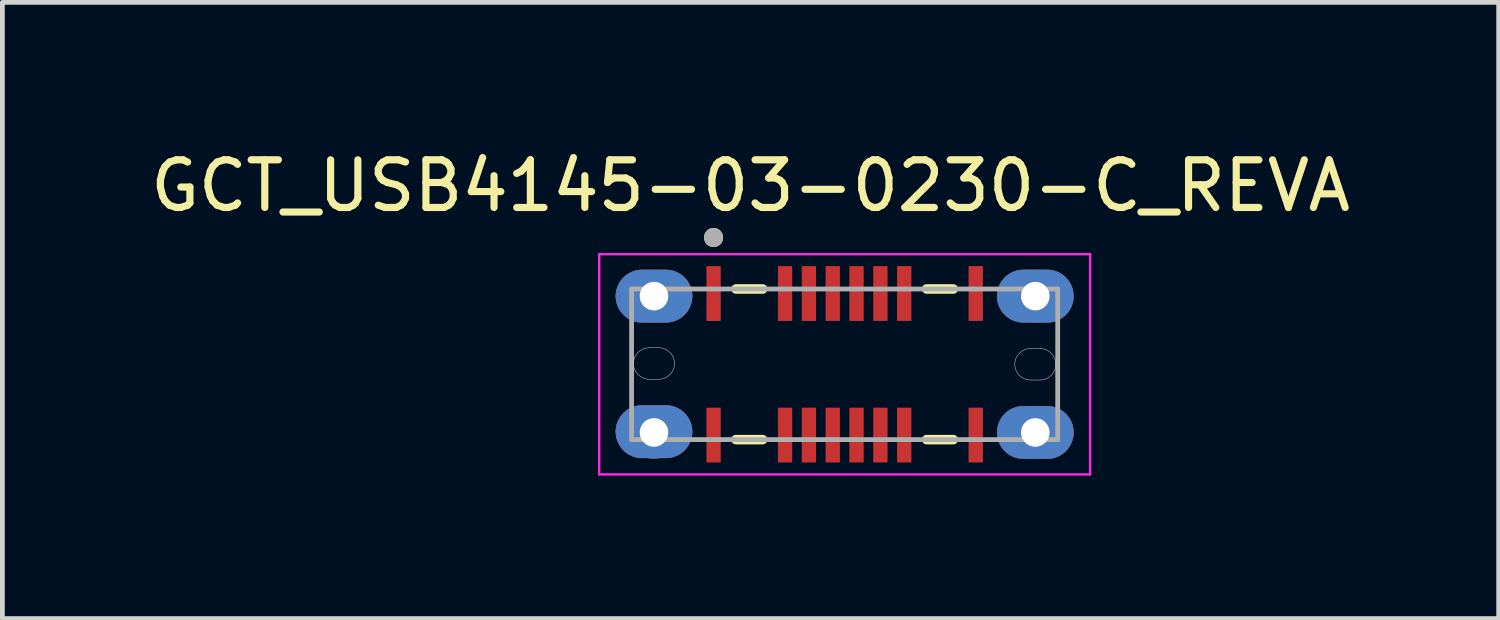
<source format=kicad_pcb>
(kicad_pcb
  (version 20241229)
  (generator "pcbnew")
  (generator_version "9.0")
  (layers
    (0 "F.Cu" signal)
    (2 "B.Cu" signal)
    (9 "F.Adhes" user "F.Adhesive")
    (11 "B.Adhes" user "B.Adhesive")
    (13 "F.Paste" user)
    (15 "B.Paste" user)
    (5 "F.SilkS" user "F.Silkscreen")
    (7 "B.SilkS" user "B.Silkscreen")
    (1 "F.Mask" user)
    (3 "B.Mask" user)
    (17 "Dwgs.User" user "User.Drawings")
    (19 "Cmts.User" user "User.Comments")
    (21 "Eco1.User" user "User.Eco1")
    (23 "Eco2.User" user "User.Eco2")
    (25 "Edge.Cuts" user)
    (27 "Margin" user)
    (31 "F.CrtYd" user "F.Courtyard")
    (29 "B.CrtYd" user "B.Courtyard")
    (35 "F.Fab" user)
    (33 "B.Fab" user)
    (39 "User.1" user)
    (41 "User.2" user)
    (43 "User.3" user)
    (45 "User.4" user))
  (footprint "GCT_USB4145-03-0230-C_REVA"
    (layer "F.Cu")
    (at 14.671 4.593)
    (property "Reference" "GCT_USB4145-03-0230-C_REVA" (at -1.975 -3.745 0) (layer "F.SilkS") (effects (font (size 1 1) (thickness 0.15))))
    (attr through_hole)
    (fp_poly (pts (xy -4.8 -1.43) (xy -4.799 -1.459) (xy -4.797 -1.487) (xy -4.793 -1.516) (xy -4.788 -1.544) (xy -4.781 -1.572) (xy -4.773 -1.6) (xy -4.763 -1.627) (xy -4.752 -1.654) (xy -4.74 -1.68) (xy -4.726 -1.705) (xy -4.711 -1.73) (xy -4.695 -1.753) (xy -4.677 -1.776) (xy -4.659 -1.798) (xy -4.639 -1.819) (xy -4.618 -1.839) (xy -4.596 -1.857) (xy -4.573 -1.875) (xy -4.55 -1.891) (xy -4.525 -1.906) (xy -4.5 -1.92) (xy -4.474 -1.932) (xy -4.447 -1.943) (xy -4.42 -1.953) (xy -4.392 -1.961) (xy -4.364 -1.968) (xy -4.336 -1.973) (xy -4.307 -1.977) (xy -4.279 -1.979) (xy -4.25 -1.98) (xy -3.75 -1.98) (xy -3.721 -1.979) (xy -3.693 -1.977) (xy -3.664 -1.973) (xy -3.636 -1.968) (xy -3.608 -1.961) (xy -3.58 -1.953) (xy -3.553 -1.943) (xy -3.526 -1.932) (xy -3.5 -1.92) (xy -3.475 -1.906) (xy -3.45 -1.891) (xy -3.427 -1.875) (xy -3.404 -1.857) (xy -3.382 -1.839) (xy -3.361 -1.819) (xy -3.341 -1.798) (xy -3.323 -1.776) (xy -3.305 -1.753) (xy -3.289 -1.73) (xy -3.274 -1.705) (xy -3.26 -1.68) (xy -3.248 -1.654) (xy -3.237 -1.627) (xy -3.227 -1.6) (xy -3.219 -1.572) (xy -3.212 -1.544) (xy -3.207 -1.516) (xy -3.203 -1.487) (xy -3.201 -1.459) (xy -3.2 -1.43) (xy -3.201 -1.401) (xy -3.203 -1.373) (xy -3.207 -1.344) (xy -3.212 -1.316) (xy -3.219 -1.288) (xy -3.227 -1.26) (xy -3.237 -1.233) (xy -3.248 -1.206) (xy -3.26 -1.18) (xy -3.274 -1.155) (xy -3.289 -1.13) (xy -3.305 -1.107) (xy -3.323 -1.084) (xy -3.341 -1.062) (xy -3.361 -1.041) (xy -3.382 -1.021) (xy -3.404 -1.003) (xy -3.427 -0.985) (xy -3.45 -0.969) (xy -3.475 -0.954) (xy -3.5 -0.94) (xy -3.526 -0.928) (xy -3.553 -0.917) (xy -3.58 -0.907) (xy -3.608 -0.899) (xy -3.636 -0.892) (xy -3.664 -0.887) (xy -3.693 -0.883) (xy -3.721 -0.881) (xy -3.75 -0.88) (xy -4.25 -0.88) (xy -4.279 -0.881) (xy -4.307 -0.883) (xy -4.336 -0.887) (xy -4.364 -0.892) (xy -4.392 -0.899) (xy -4.42 -0.907) (xy -4.447 -0.917) (xy -4.474 -0.928) (xy -4.5 -0.94) (xy -4.525 -0.954) (xy -4.55 -0.969) (xy -4.573 -0.985) (xy -4.596 -1.003) (xy -4.618 -1.021) (xy -4.639 -1.041) (xy -4.659 -1.062) (xy -4.677 -1.084) (xy -4.695 -1.107) (xy -4.711 -1.13) (xy -4.726 -1.155) (xy -4.74 -1.18) (xy -4.752 -1.206) (xy -4.763 -1.233) (xy -4.773 -1.26) (xy -4.781 -1.288) (xy -4.788 -1.316) (xy -4.793 -1.344) (xy -4.797 -1.373) (xy -4.799 -1.401) (xy -4.8 -1.43)) (stroke (width 0.01) (type solid)) (fill yes) (layer "F.Cu"))
    (fp_poly (pts (xy -4.8 1.414) (xy -4.799 1.385) (xy -4.797 1.357) (xy -4.793 1.328) (xy -4.788 1.3) (xy -4.781 1.272) (xy -4.773 1.244) (xy -4.763 1.217) (xy -4.752 1.19) (xy -4.74 1.164) (xy -4.726 1.139) (xy -4.711 1.114) (xy -4.695 1.091) (xy -4.677 1.068) (xy -4.659 1.046) (xy -4.639 1.025) (xy -4.618 1.005) (xy -4.596 0.987) (xy -4.573 0.969) (xy -4.55 0.953) (xy -4.525 0.938) (xy -4.5 0.924) (xy -4.474 0.912) (xy -4.447 0.901) (xy -4.42 0.891) (xy -4.392 0.883) (xy -4.364 0.876) (xy -4.336 0.871) (xy -4.307 0.867) (xy -4.279 0.865) (xy -4.25 0.864) (xy -3.75 0.864) (xy -3.721 0.865) (xy -3.693 0.867) (xy -3.664 0.871) (xy -3.636 0.876) (xy -3.608 0.883) (xy -3.58 0.891) (xy -3.553 0.901) (xy -3.526 0.912) (xy -3.5 0.924) (xy -3.475 0.938) (xy -3.45 0.953) (xy -3.427 0.969) (xy -3.404 0.987) (xy -3.382 1.005) (xy -3.361 1.025) (xy -3.341 1.046) (xy -3.323 1.068) (xy -3.305 1.091) (xy -3.289 1.114) (xy -3.274 1.139) (xy -3.26 1.164) (xy -3.248 1.19) (xy -3.237 1.217) (xy -3.227 1.244) (xy -3.219 1.272) (xy -3.212 1.3) (xy -3.207 1.328) (xy -3.203 1.357) (xy -3.201 1.385) (xy -3.2 1.414) (xy -3.201 1.443) (xy -3.203 1.471) (xy -3.207 1.5) (xy -3.212 1.528) (xy -3.219 1.556) (xy -3.227 1.584) (xy -3.237 1.611) (xy -3.248 1.638) (xy -3.26 1.664) (xy -3.274 1.689) (xy -3.289 1.714) (xy -3.305 1.737) (xy -3.323 1.76) (xy -3.341 1.782) (xy -3.361 1.803) (xy -3.382 1.823) (xy -3.404 1.841) (xy -3.427 1.859) (xy -3.45 1.875) (xy -3.475 1.89) (xy -3.5 1.904) (xy -3.526 1.916) (xy -3.553 1.927) (xy -3.58 1.937) (xy -3.608 1.945) (xy -3.636 1.952) (xy -3.664 1.957) (xy -3.693 1.961) (xy -3.721 1.963) (xy -3.75 1.964) (xy -4.25 1.964) (xy -4.279 1.963) (xy -4.307 1.961) (xy -4.336 1.957) (xy -4.364 1.952) (xy -4.392 1.945) (xy -4.42 1.937) (xy -4.447 1.927) (xy -4.474 1.916) (xy -4.5 1.904) (xy -4.525 1.89) (xy -4.55 1.875) (xy -4.573 1.859) (xy -4.596 1.841) (xy -4.618 1.823) (xy -4.639 1.803) (xy -4.659 1.782) (xy -4.677 1.76) (xy -4.695 1.737) (xy -4.711 1.714) (xy -4.726 1.689) (xy -4.74 1.664) (xy -4.752 1.638) (xy -4.763 1.611) (xy -4.773 1.584) (xy -4.781 1.556) (xy -4.788 1.528) (xy -4.793 1.5) (xy -4.797 1.471) (xy -4.799 1.443) (xy -4.8 1.414)) (stroke (width 0.01) (type solid)) (fill yes) (layer "F.Cu"))
    (fp_poly (pts (xy 3.2 -1.43) (xy 3.201 -1.459) (xy 3.203 -1.487) (xy 3.207 -1.516) (xy 3.212 -1.544) (xy 3.219 -1.572) (xy 3.227 -1.6) (xy 3.237 -1.627) (xy 3.248 -1.654) (xy 3.26 -1.68) (xy 3.274 -1.705) (xy 3.289 -1.73) (xy 3.305 -1.753) (xy 3.323 -1.776) (xy 3.341 -1.798) (xy 3.361 -1.819) (xy 3.382 -1.839) (xy 3.404 -1.857) (xy 3.427 -1.875) (xy 3.45 -1.891) (xy 3.475 -1.906) (xy 3.5 -1.92) (xy 3.526 -1.932) (xy 3.553 -1.943) (xy 3.58 -1.953) (xy 3.608 -1.961) (xy 3.636 -1.968) (xy 3.664 -1.973) (xy 3.693 -1.977) (xy 3.721 -1.979) (xy 3.75 -1.98) (xy 4.25 -1.98) (xy 4.279 -1.979) (xy 4.307 -1.977) (xy 4.336 -1.973) (xy 4.364 -1.968) (xy 4.392 -1.961) (xy 4.42 -1.953) (xy 4.447 -1.943) (xy 4.474 -1.932) (xy 4.5 -1.92) (xy 4.525 -1.906) (xy 4.55 -1.891) (xy 4.573 -1.875) (xy 4.596 -1.857) (xy 4.618 -1.839) (xy 4.639 -1.819) (xy 4.659 -1.798) (xy 4.677 -1.776) (xy 4.695 -1.753) (xy 4.711 -1.73) (xy 4.726 -1.705) (xy 4.74 -1.68) (xy 4.752 -1.654) (xy 4.763 -1.627) (xy 4.773 -1.6) (xy 4.781 -1.572) (xy 4.788 -1.544) (xy 4.793 -1.516) (xy 4.797 -1.487) (xy 4.799 -1.459) (xy 4.8 -1.43) (xy 4.799 -1.401) (xy 4.797 -1.373) (xy 4.793 -1.344) (xy 4.788 -1.316) (xy 4.781 -1.288) (xy 4.773 -1.26) (xy 4.763 -1.233) (xy 4.752 -1.206) (xy 4.74 -1.18) (xy 4.726 -1.155) (xy 4.711 -1.13) (xy 4.695 -1.107) (xy 4.677 -1.084) (xy 4.659 -1.062) (xy 4.639 -1.041) (xy 4.618 -1.021) (xy 4.596 -1.003) (xy 4.573 -0.985) (xy 4.55 -0.969) (xy 4.525 -0.954) (xy 4.5 -0.94) (xy 4.474 -0.928) (xy 4.447 -0.917) (xy 4.42 -0.907) (xy 4.392 -0.899) (xy 4.364 -0.892) (xy 4.336 -0.887) (xy 4.307 -0.883) (xy 4.279 -0.881) (xy 4.25 -0.88) (xy 3.75 -0.88) (xy 3.721 -0.881) (xy 3.693 -0.883) (xy 3.664 -0.887) (xy 3.636 -0.892) (xy 3.608 -0.899) (xy 3.58 -0.907) (xy 3.553 -0.917) (xy 3.526 -0.928) (xy 3.5 -0.94) (xy 3.475 -0.954) (xy 3.45 -0.969) (xy 3.427 -0.985) (xy 3.404 -1.003) (xy 3.382 -1.021) (xy 3.361 -1.041) (xy 3.341 -1.062) (xy 3.323 -1.084) (xy 3.305 -1.107) (xy 3.289 -1.13) (xy 3.274 -1.155) (xy 3.26 -1.18) (xy 3.248 -1.206) (xy 3.237 -1.233) (xy 3.227 -1.26) (xy 3.219 -1.288) (xy 3.212 -1.316) (xy 3.207 -1.344) (xy 3.203 -1.373) (xy 3.201 -1.401) (xy 3.2 -1.43)) (stroke (width 0.01) (type solid)) (fill yes) (layer "F.Cu"))
    (fp_poly (pts (xy 3.2 1.43) (xy 3.201 1.401) (xy 3.203 1.373) (xy 3.207 1.344) (xy 3.212 1.316) (xy 3.219 1.288) (xy 3.227 1.26) (xy 3.237 1.233) (xy 3.248 1.206) (xy 3.26 1.18) (xy 3.274 1.155) (xy 3.289 1.13) (xy 3.305 1.107) (xy 3.323 1.084) (xy 3.341 1.062) (xy 3.361 1.041) (xy 3.382 1.021) (xy 3.404 1.003) (xy 3.427 0.985) (xy 3.45 0.969) (xy 3.475 0.954) (xy 3.5 0.94) (xy 3.526 0.928) (xy 3.553 0.917) (xy 3.58 0.907) (xy 3.608 0.899) (xy 3.636 0.892) (xy 3.664 0.887) (xy 3.693 0.883) (xy 3.721 0.881) (xy 3.75 0.88) (xy 4.25 0.88) (xy 4.279 0.881) (xy 4.307 0.883) (xy 4.336 0.887) (xy 4.364 0.892) (xy 4.392 0.899) (xy 4.42 0.907) (xy 4.447 0.917) (xy 4.474 0.928) (xy 4.5 0.94) (xy 4.525 0.954) (xy 4.55 0.969) (xy 4.573 0.985) (xy 4.596 1.003) (xy 4.618 1.021) (xy 4.639 1.041) (xy 4.659 1.062) (xy 4.677 1.084) (xy 4.695 1.107) (xy 4.711 1.13) (xy 4.726 1.155) (xy 4.74 1.18) (xy 4.752 1.206) (xy 4.763 1.233) (xy 4.773 1.26) (xy 4.781 1.288) (xy 4.788 1.316) (xy 4.793 1.344) (xy 4.797 1.373) (xy 4.799 1.401) (xy 4.8 1.43) (xy 4.799 1.459) (xy 4.797 1.487) (xy 4.793 1.516) (xy 4.788 1.544) (xy 4.781 1.572) (xy 4.773 1.6) (xy 4.763 1.627) (xy 4.752 1.654) (xy 4.74 1.68) (xy 4.726 1.705) (xy 4.711 1.73) (xy 4.695 1.753) (xy 4.677 1.776) (xy 4.659 1.798) (xy 4.639 1.819) (xy 4.618 1.839) (xy 4.596 1.857) (xy 4.573 1.875) (xy 4.55 1.891) (xy 4.525 1.906) (xy 4.5 1.92) (xy 4.474 1.932) (xy 4.447 1.943) (xy 4.42 1.953) (xy 4.392 1.961) (xy 4.364 1.968) (xy 4.336 1.973) (xy 4.307 1.977) (xy 4.279 1.979) (xy 4.25 1.98) (xy 3.75 1.98) (xy 3.721 1.979) (xy 3.693 1.977) (xy 3.664 1.973) (xy 3.636 1.968) (xy 3.608 1.961) (xy 3.58 1.953) (xy 3.553 1.943) (xy 3.526 1.932) (xy 3.5 1.92) (xy 3.475 1.906) (xy 3.45 1.891) (xy 3.427 1.875) (xy 3.404 1.857) (xy 3.382 1.839) (xy 3.361 1.819) (xy 3.341 1.798) (xy 3.323 1.776) (xy 3.305 1.753) (xy 3.289 1.73) (xy 3.274 1.705) (xy 3.26 1.68) (xy 3.248 1.654) (xy 3.237 1.627) (xy 3.227 1.6) (xy 3.219 1.572) (xy 3.212 1.544) (xy 3.207 1.516) (xy 3.203 1.487) (xy 3.201 1.459) (xy 3.2 1.43)) (stroke (width 0.01) (type solid)) (fill yes) (layer "F.Cu"))
    (fp_poly (pts (xy -4.9 -1.43) (xy -4.899 -1.464) (xy -4.896 -1.498) (xy -4.892 -1.532) (xy -4.886 -1.565) (xy -4.878 -1.598) (xy -4.868 -1.631) (xy -4.857 -1.663) (xy -4.844 -1.694) (xy -4.829 -1.725) (xy -4.813 -1.755) (xy -4.795 -1.784) (xy -4.776 -1.812) (xy -4.755 -1.839) (xy -4.733 -1.865) (xy -4.71 -1.89) (xy -4.685 -1.913) (xy -4.659 -1.935) (xy -4.632 -1.956) (xy -4.604 -1.975) (xy -4.575 -1.993) (xy -4.545 -2.009) (xy -4.514 -2.024) (xy -4.483 -2.037) (xy -4.451 -2.048) (xy -4.418 -2.058) (xy -4.385 -2.066) (xy -4.352 -2.072) (xy -4.318 -2.076) (xy -4.284 -2.079) (xy -4.25 -2.08) (xy -3.75 -2.08) (xy -3.716 -2.079) (xy -3.682 -2.076) (xy -3.648 -2.072) (xy -3.615 -2.066) (xy -3.582 -2.058) (xy -3.549 -2.048) (xy -3.517 -2.037) (xy -3.486 -2.024) (xy -3.455 -2.009) (xy -3.425 -1.993) (xy -3.396 -1.975) (xy -3.368 -1.956) (xy -3.341 -1.935) (xy -3.315 -1.913) (xy -3.29 -1.89) (xy -3.267 -1.865) (xy -3.245 -1.839) (xy -3.224 -1.812) (xy -3.205 -1.784) (xy -3.187 -1.755) (xy -3.171 -1.725) (xy -3.156 -1.694) (xy -3.143 -1.663) (xy -3.132 -1.631) (xy -3.122 -1.598) (xy -3.114 -1.565) (xy -3.108 -1.532) (xy -3.104 -1.498) (xy -3.101 -1.464) (xy -3.1 -1.43) (xy -3.101 -1.396) (xy -3.104 -1.362) (xy -3.108 -1.328) (xy -3.114 -1.295) (xy -3.122 -1.262) (xy -3.132 -1.229) (xy -3.143 -1.197) (xy -3.156 -1.166) (xy -3.171 -1.135) (xy -3.187 -1.105) (xy -3.205 -1.076) (xy -3.224 -1.048) (xy -3.245 -1.021) (xy -3.267 -0.995) (xy -3.29 -0.97) (xy -3.315 -0.947) (xy -3.341 -0.925) (xy -3.368 -0.904) (xy -3.396 -0.885) (xy -3.425 -0.867) (xy -3.455 -0.851) (xy -3.486 -0.836) (xy -3.517 -0.823) (xy -3.549 -0.812) (xy -3.582 -0.802) (xy -3.615 -0.794) (xy -3.648 -0.788) (xy -3.682 -0.784) (xy -3.716 -0.781) (xy -3.75 -0.78) (xy -4.25 -0.78) (xy -4.284 -0.781) (xy -4.318 -0.784) (xy -4.352 -0.788) (xy -4.385 -0.794) (xy -4.418 -0.802) (xy -4.451 -0.812) (xy -4.483 -0.823) (xy -4.514 -0.836) (xy -4.545 -0.851) (xy -4.575 -0.867) (xy -4.604 -0.885) (xy -4.632 -0.904) (xy -4.659 -0.925) (xy -4.685 -0.947) (xy -4.71 -0.97) (xy -4.733 -0.995) (xy -4.755 -1.021) (xy -4.776 -1.048) (xy -4.795 -1.076) (xy -4.813 -1.105) (xy -4.829 -1.135) (xy -4.844 -1.166) (xy -4.857 -1.197) (xy -4.868 -1.229) (xy -4.878 -1.262) (xy -4.886 -1.295) (xy -4.892 -1.328) (xy -4.896 -1.362) (xy -4.899 -1.396) (xy -4.9 -1.43)) (stroke (width 0.01) (type solid)) (fill yes) (layer "F.Mask"))
    (fp_poly (pts (xy -4.9 1.414) (xy -4.899 1.38) (xy -4.896 1.346) (xy -4.892 1.312) (xy -4.886 1.279) (xy -4.878 1.246) (xy -4.868 1.213) (xy -4.857 1.181) (xy -4.844 1.15) (xy -4.829 1.119) (xy -4.813 1.089) (xy -4.795 1.06) (xy -4.776 1.032) (xy -4.755 1.005) (xy -4.733 0.979) (xy -4.71 0.954) (xy -4.685 0.931) (xy -4.659 0.909) (xy -4.632 0.888) (xy -4.604 0.869) (xy -4.575 0.851) (xy -4.545 0.835) (xy -4.514 0.82) (xy -4.483 0.807) (xy -4.451 0.796) (xy -4.418 0.786) (xy -4.385 0.778) (xy -4.352 0.772) (xy -4.318 0.768) (xy -4.284 0.765) (xy -4.25 0.764) (xy -3.75 0.764) (xy -3.716 0.765) (xy -3.682 0.768) (xy -3.648 0.772) (xy -3.615 0.778) (xy -3.582 0.786) (xy -3.549 0.796) (xy -3.517 0.807) (xy -3.486 0.82) (xy -3.455 0.835) (xy -3.425 0.851) (xy -3.396 0.869) (xy -3.368 0.888) (xy -3.341 0.909) (xy -3.315 0.931) (xy -3.29 0.954) (xy -3.267 0.979) (xy -3.245 1.005) (xy -3.224 1.032) (xy -3.205 1.06) (xy -3.187 1.089) (xy -3.171 1.119) (xy -3.156 1.15) (xy -3.143 1.181) (xy -3.132 1.213) (xy -3.122 1.246) (xy -3.114 1.279) (xy -3.108 1.312) (xy -3.104 1.346) (xy -3.101 1.38) (xy -3.1 1.414) (xy -3.101 1.448) (xy -3.104 1.482) (xy -3.108 1.516) (xy -3.114 1.549) (xy -3.122 1.582) (xy -3.132 1.615) (xy -3.143 1.647) (xy -3.156 1.678) (xy -3.171 1.709) (xy -3.187 1.739) (xy -3.205 1.768) (xy -3.224 1.796) (xy -3.245 1.823) (xy -3.267 1.849) (xy -3.29 1.874) (xy -3.315 1.897) (xy -3.341 1.919) (xy -3.368 1.94) (xy -3.396 1.959) (xy -3.425 1.977) (xy -3.455 1.993) (xy -3.486 2.008) (xy -3.517 2.021) (xy -3.549 2.032) (xy -3.582 2.042) (xy -3.615 2.05) (xy -3.648 2.056) (xy -3.682 2.06) (xy -3.716 2.063) (xy -3.75 2.064) (xy -4.25 2.064) (xy -4.284 2.063) (xy -4.318 2.06) (xy -4.352 2.056) (xy -4.385 2.05) (xy -4.418 2.042) (xy -4.451 2.032) (xy -4.483 2.021) (xy -4.514 2.008) (xy -4.545 1.993) (xy -4.575 1.977) (xy -4.604 1.959) (xy -4.632 1.94) (xy -4.659 1.919) (xy -4.685 1.897) (xy -4.71 1.874) (xy -4.733 1.849) (xy -4.755 1.823) (xy -4.776 1.796) (xy -4.795 1.768) (xy -4.813 1.739) (xy -4.829 1.709) (xy -4.844 1.678) (xy -4.857 1.647) (xy -4.868 1.615) (xy -4.878 1.582) (xy -4.886 1.549) (xy -4.892 1.516) (xy -4.896 1.482) (xy -4.899 1.448) (xy -4.9 1.414)) (stroke (width 0.01) (type solid)) (fill yes) (layer "F.Mask"))
    (fp_poly (pts (xy 3.1 -1.43) (xy 3.101 -1.464) (xy 3.104 -1.498) (xy 3.108 -1.532) (xy 3.114 -1.565) (xy 3.122 -1.598) (xy 3.132 -1.631) (xy 3.143 -1.663) (xy 3.156 -1.694) (xy 3.171 -1.725) (xy 3.187 -1.755) (xy 3.205 -1.784) (xy 3.224 -1.812) (xy 3.245 -1.839) (xy 3.267 -1.865) (xy 3.29 -1.89) (xy 3.315 -1.913) (xy 3.341 -1.935) (xy 3.368 -1.956) (xy 3.396 -1.975) (xy 3.425 -1.993) (xy 3.455 -2.009) (xy 3.486 -2.024) (xy 3.517 -2.037) (xy 3.549 -2.048) (xy 3.582 -2.058) (xy 3.615 -2.066) (xy 3.648 -2.072) (xy 3.682 -2.076) (xy 3.716 -2.079) (xy 3.75 -2.08) (xy 4.25 -2.08) (xy 4.284 -2.079) (xy 4.318 -2.076) (xy 4.352 -2.072) (xy 4.385 -2.066) (xy 4.418 -2.058) (xy 4.451 -2.048) (xy 4.483 -2.037) (xy 4.514 -2.024) (xy 4.545 -2.009) (xy 4.575 -1.993) (xy 4.604 -1.975) (xy 4.632 -1.956) (xy 4.659 -1.935) (xy 4.685 -1.913) (xy 4.71 -1.89) (xy 4.733 -1.865) (xy 4.755 -1.839) (xy 4.776 -1.812) (xy 4.795 -1.784) (xy 4.813 -1.755) (xy 4.829 -1.725) (xy 4.844 -1.694) (xy 4.857 -1.663) (xy 4.868 -1.631) (xy 4.878 -1.598) (xy 4.886 -1.565) (xy 4.892 -1.532) (xy 4.896 -1.498) (xy 4.899 -1.464) (xy 4.9 -1.43) (xy 4.899 -1.396) (xy 4.896 -1.362) (xy 4.892 -1.328) (xy 4.886 -1.295) (xy 4.878 -1.262) (xy 4.868 -1.229) (xy 4.857 -1.197) (xy 4.844 -1.166) (xy 4.829 -1.135) (xy 4.813 -1.105) (xy 4.795 -1.076) (xy 4.776 -1.048) (xy 4.755 -1.021) (xy 4.733 -0.995) (xy 4.71 -0.97) (xy 4.685 -0.947) (xy 4.659 -0.925) (xy 4.632 -0.904) (xy 4.604 -0.885) (xy 4.575 -0.867) (xy 4.545 -0.851) (xy 4.514 -0.836) (xy 4.483 -0.823) (xy 4.451 -0.812) (xy 4.418 -0.802) (xy 4.385 -0.794) (xy 4.352 -0.788) (xy 4.318 -0.784) (xy 4.284 -0.781) (xy 4.25 -0.78) (xy 3.75 -0.78) (xy 3.716 -0.781) (xy 3.682 -0.784) (xy 3.648 -0.788) (xy 3.615 -0.794) (xy 3.582 -0.802) (xy 3.549 -0.812) (xy 3.517 -0.823) (xy 3.486 -0.836) (xy 3.455 -0.851) (xy 3.425 -0.867) (xy 3.396 -0.885) (xy 3.368 -0.904) (xy 3.341 -0.925) (xy 3.315 -0.947) (xy 3.29 -0.97) (xy 3.267 -0.995) (xy 3.245 -1.021) (xy 3.224 -1.048) (xy 3.205 -1.076) (xy 3.187 -1.105) (xy 3.171 -1.135) (xy 3.156 -1.166) (xy 3.143 -1.197) (xy 3.132 -1.229) (xy 3.122 -1.262) (xy 3.114 -1.295) (xy 3.108 -1.328) (xy 3.104 -1.362) (xy 3.101 -1.396) (xy 3.1 -1.43)) (stroke (width 0.01) (type solid)) (fill yes) (layer "F.Mask"))
    (fp_poly (pts (xy 3.1 1.43) (xy 3.101 1.396) (xy 3.104 1.362) (xy 3.108 1.328) (xy 3.114 1.295) (xy 3.122 1.262) (xy 3.132 1.229) (xy 3.143 1.197) (xy 3.156 1.166) (xy 3.171 1.135) (xy 3.187 1.105) (xy 3.205 1.076) (xy 3.224 1.048) (xy 3.245 1.021) (xy 3.267 0.995) (xy 3.29 0.97) (xy 3.315 0.947) (xy 3.341 0.925) (xy 3.368 0.904) (xy 3.396 0.885) (xy 3.425 0.867) (xy 3.455 0.851) (xy 3.486 0.836) (xy 3.517 0.823) (xy 3.549 0.812) (xy 3.582 0.802) (xy 3.615 0.794) (xy 3.648 0.788) (xy 3.682 0.784) (xy 3.716 0.781) (xy 3.75 0.78) (xy 4.25 0.78) (xy 4.284 0.781) (xy 4.318 0.784) (xy 4.352 0.788) (xy 4.385 0.794) (xy 4.418 0.802) (xy 4.451 0.812) (xy 4.483 0.823) (xy 4.514 0.836) (xy 4.545 0.851) (xy 4.575 0.867) (xy 4.604 0.885) (xy 4.632 0.904) (xy 4.659 0.925) (xy 4.685 0.947) (xy 4.71 0.97) (xy 4.733 0.995) (xy 4.755 1.021) (xy 4.776 1.048) (xy 4.795 1.076) (xy 4.813 1.105) (xy 4.829 1.135) (xy 4.844 1.166) (xy 4.857 1.197) (xy 4.868 1.229) (xy 4.878 1.262) (xy 4.886 1.295) (xy 4.892 1.328) (xy 4.896 1.362) (xy 4.899 1.396) (xy 4.9 1.43) (xy 4.899 1.464) (xy 4.896 1.498) (xy 4.892 1.532) (xy 4.886 1.565) (xy 4.878 1.598) (xy 4.868 1.631) (xy 4.857 1.663) (xy 4.844 1.694) (xy 4.829 1.725) (xy 4.813 1.755) (xy 4.795 1.784) (xy 4.776 1.812) (xy 4.755 1.839) (xy 4.733 1.865) (xy 4.71 1.89) (xy 4.685 1.913) (xy 4.659 1.935) (xy 4.632 1.956) (xy 4.604 1.975) (xy 4.575 1.993) (xy 4.545 2.009) (xy 4.514 2.024) (xy 4.483 2.037) (xy 4.451 2.048) (xy 4.418 2.058) (xy 4.385 2.066) (xy 4.352 2.072) (xy 4.318 2.076) (xy 4.284 2.079) (xy 4.25 2.08) (xy 3.75 2.08) (xy 3.716 2.079) (xy 3.682 2.076) (xy 3.648 2.072) (xy 3.615 2.066) (xy 3.582 2.058) (xy 3.549 2.048) (xy 3.517 2.037) (xy 3.486 2.024) (xy 3.455 2.009) (xy 3.425 1.993) (xy 3.396 1.975) (xy 3.368 1.956) (xy 3.341 1.935) (xy 3.315 1.913) (xy 3.29 1.89) (xy 3.267 1.865) (xy 3.245 1.839) (xy 3.224 1.812) (xy 3.205 1.784) (xy 3.187 1.755) (xy 3.171 1.725) (xy 3.156 1.694) (xy 3.143 1.663) (xy 3.132 1.631) (xy 3.122 1.598) (xy 3.114 1.565) (xy 3.108 1.532) (xy 3.104 1.498) (xy 3.101 1.464) (xy 3.1 1.43)) (stroke (width 0.01) (type solid)) (fill yes) (layer "F.Mask"))
    (fp_poly (pts (xy -4.8 -1.43) (xy -4.799 -1.459) (xy -4.797 -1.487) (xy -4.793 -1.516) (xy -4.788 -1.544) (xy -4.781 -1.572) (xy -4.773 -1.6) (xy -4.763 -1.627) (xy -4.752 -1.654) (xy -4.74 -1.68) (xy -4.726 -1.705) (xy -4.711 -1.73) (xy -4.695 -1.753) (xy -4.677 -1.776) (xy -4.659 -1.798) (xy -4.639 -1.819) (xy -4.618 -1.839) (xy -4.596 -1.857) (xy -4.573 -1.875) (xy -4.55 -1.891) (xy -4.525 -1.906) (xy -4.5 -1.92) (xy -4.474 -1.932) (xy -4.447 -1.943) (xy -4.42 -1.953) (xy -4.392 -1.961) (xy -4.364 -1.968) (xy -4.336 -1.973) (xy -4.307 -1.977) (xy -4.279 -1.979) (xy -4.25 -1.98) (xy -3.75 -1.98) (xy -3.721 -1.979) (xy -3.693 -1.977) (xy -3.664 -1.973) (xy -3.636 -1.968) (xy -3.608 -1.961) (xy -3.58 -1.953) (xy -3.553 -1.943) (xy -3.526 -1.932) (xy -3.5 -1.92) (xy -3.475 -1.906) (xy -3.45 -1.891) (xy -3.427 -1.875) (xy -3.404 -1.857) (xy -3.382 -1.839) (xy -3.361 -1.819) (xy -3.341 -1.798) (xy -3.323 -1.776) (xy -3.305 -1.753) (xy -3.289 -1.73) (xy -3.274 -1.705) (xy -3.26 -1.68) (xy -3.248 -1.654) (xy -3.237 -1.627) (xy -3.227 -1.6) (xy -3.219 -1.572) (xy -3.212 -1.544) (xy -3.207 -1.516) (xy -3.203 -1.487) (xy -3.201 -1.459) (xy -3.2 -1.43) (xy -3.201 -1.401) (xy -3.203 -1.373) (xy -3.207 -1.344) (xy -3.212 -1.316) (xy -3.219 -1.288) (xy -3.227 -1.26) (xy -3.237 -1.233) (xy -3.248 -1.206) (xy -3.26 -1.18) (xy -3.274 -1.155) (xy -3.289 -1.13) (xy -3.305 -1.107) (xy -3.323 -1.084) (xy -3.341 -1.062) (xy -3.361 -1.041) (xy -3.382 -1.021) (xy -3.404 -1.003) (xy -3.427 -0.985) (xy -3.45 -0.969) (xy -3.475 -0.954) (xy -3.5 -0.94) (xy -3.526 -0.928) (xy -3.553 -0.917) (xy -3.58 -0.907) (xy -3.608 -0.899) (xy -3.636 -0.892) (xy -3.664 -0.887) (xy -3.693 -0.883) (xy -3.721 -0.881) (xy -3.75 -0.88) (xy -4.25 -0.88) (xy -4.279 -0.881) (xy -4.307 -0.883) (xy -4.336 -0.887) (xy -4.364 -0.892) (xy -4.392 -0.899) (xy -4.42 -0.907) (xy -4.447 -0.917) (xy -4.474 -0.928) (xy -4.5 -0.94) (xy -4.525 -0.954) (xy -4.55 -0.969) (xy -4.573 -0.985) (xy -4.596 -1.003) (xy -4.618 -1.021) (xy -4.639 -1.041) (xy -4.659 -1.062) (xy -4.677 -1.084) (xy -4.695 -1.107) (xy -4.711 -1.13) (xy -4.726 -1.155) (xy -4.74 -1.18) (xy -4.752 -1.206) (xy -4.763 -1.233) (xy -4.773 -1.26) (xy -4.781 -1.288) (xy -4.788 -1.316) (xy -4.793 -1.344) (xy -4.797 -1.373) (xy -4.799 -1.401) (xy -4.8 -1.43)) (stroke (width 0.01) (type solid)) (fill yes) (layer "B.Cu"))
    (fp_poly (pts (xy -4.8 1.414) (xy -4.799 1.385) (xy -4.797 1.357) (xy -4.793 1.328) (xy -4.788 1.3) (xy -4.781 1.272) (xy -4.773 1.244) (xy -4.763 1.217) (xy -4.752 1.19) (xy -4.74 1.164) (xy -4.726 1.139) (xy -4.711 1.114) (xy -4.695 1.091) (xy -4.677 1.068) (xy -4.659 1.046) (xy -4.639 1.025) (xy -4.618 1.005) (xy -4.596 0.987) (xy -4.573 0.969) (xy -4.55 0.953) (xy -4.525 0.938) (xy -4.5 0.924) (xy -4.474 0.912) (xy -4.447 0.901) (xy -4.42 0.891) (xy -4.392 0.883) (xy -4.364 0.876) (xy -4.336 0.871) (xy -4.307 0.867) (xy -4.279 0.865) (xy -4.25 0.864) (xy -3.75 0.864) (xy -3.721 0.865) (xy -3.693 0.867) (xy -3.664 0.871) (xy -3.636 0.876) (xy -3.608 0.883) (xy -3.58 0.891) (xy -3.553 0.901) (xy -3.526 0.912) (xy -3.5 0.924) (xy -3.475 0.938) (xy -3.45 0.953) (xy -3.427 0.969) (xy -3.404 0.987) (xy -3.382 1.005) (xy -3.361 1.025) (xy -3.341 1.046) (xy -3.323 1.068) (xy -3.305 1.091) (xy -3.289 1.114) (xy -3.274 1.139) (xy -3.26 1.164) (xy -3.248 1.19) (xy -3.237 1.217) (xy -3.227 1.244) (xy -3.219 1.272) (xy -3.212 1.3) (xy -3.207 1.328) (xy -3.203 1.357) (xy -3.201 1.385) (xy -3.2 1.414) (xy -3.201 1.443) (xy -3.203 1.471) (xy -3.207 1.5) (xy -3.212 1.528) (xy -3.219 1.556) (xy -3.227 1.584) (xy -3.237 1.611) (xy -3.248 1.638) (xy -3.26 1.664) (xy -3.274 1.689) (xy -3.289 1.714) (xy -3.305 1.737) (xy -3.323 1.76) (xy -3.341 1.782) (xy -3.361 1.803) (xy -3.382 1.823) (xy -3.404 1.841) (xy -3.427 1.859) (xy -3.45 1.875) (xy -3.475 1.89) (xy -3.5 1.904) (xy -3.526 1.916) (xy -3.553 1.927) (xy -3.58 1.937) (xy -3.608 1.945) (xy -3.636 1.952) (xy -3.664 1.957) (xy -3.693 1.961) (xy -3.721 1.963) (xy -3.75 1.964) (xy -4.25 1.964) (xy -4.279 1.963) (xy -4.307 1.961) (xy -4.336 1.957) (xy -4.364 1.952) (xy -4.392 1.945) (xy -4.42 1.937) (xy -4.447 1.927) (xy -4.474 1.916) (xy -4.5 1.904) (xy -4.525 1.89) (xy -4.55 1.875) (xy -4.573 1.859) (xy -4.596 1.841) (xy -4.618 1.823) (xy -4.639 1.803) (xy -4.659 1.782) (xy -4.677 1.76) (xy -4.695 1.737) (xy -4.711 1.714) (xy -4.726 1.689) (xy -4.74 1.664) (xy -4.752 1.638) (xy -4.763 1.611) (xy -4.773 1.584) (xy -4.781 1.556) (xy -4.788 1.528) (xy -4.793 1.5) (xy -4.797 1.471) (xy -4.799 1.443) (xy -4.8 1.414)) (stroke (width 0.01) (type solid)) (fill yes) (layer "B.Cu"))
    (fp_poly (pts (xy 3.2 -1.43) (xy 3.201 -1.459) (xy 3.203 -1.487) (xy 3.207 -1.516) (xy 3.212 -1.544) (xy 3.219 -1.572) (xy 3.227 -1.6) (xy 3.237 -1.627) (xy 3.248 -1.654) (xy 3.26 -1.68) (xy 3.274 -1.705) (xy 3.289 -1.73) (xy 3.305 -1.753) (xy 3.323 -1.776) (xy 3.341 -1.798) (xy 3.361 -1.819) (xy 3.382 -1.839) (xy 3.404 -1.857) (xy 3.427 -1.875) (xy 3.45 -1.891) (xy 3.475 -1.906) (xy 3.5 -1.92) (xy 3.526 -1.932) (xy 3.553 -1.943) (xy 3.58 -1.953) (xy 3.608 -1.961) (xy 3.636 -1.968) (xy 3.664 -1.973) (xy 3.693 -1.977) (xy 3.721 -1.979) (xy 3.75 -1.98) (xy 4.25 -1.98) (xy 4.279 -1.979) (xy 4.307 -1.977) (xy 4.336 -1.973) (xy 4.364 -1.968) (xy 4.392 -1.961) (xy 4.42 -1.953) (xy 4.447 -1.943) (xy 4.474 -1.932) (xy 4.5 -1.92) (xy 4.525 -1.906) (xy 4.55 -1.891) (xy 4.573 -1.875) (xy 4.596 -1.857) (xy 4.618 -1.839) (xy 4.639 -1.819) (xy 4.659 -1.798) (xy 4.677 -1.776) (xy 4.695 -1.753) (xy 4.711 -1.73) (xy 4.726 -1.705) (xy 4.74 -1.68) (xy 4.752 -1.654) (xy 4.763 -1.627) (xy 4.773 -1.6) (xy 4.781 -1.572) (xy 4.788 -1.544) (xy 4.793 -1.516) (xy 4.797 -1.487) (xy 4.799 -1.459) (xy 4.8 -1.43) (xy 4.799 -1.401) (xy 4.797 -1.373) (xy 4.793 -1.344) (xy 4.788 -1.316) (xy 4.781 -1.288) (xy 4.773 -1.26) (xy 4.763 -1.233) (xy 4.752 -1.206) (xy 4.74 -1.18) (xy 4.726 -1.155) (xy 4.711 -1.13) (xy 4.695 -1.107) (xy 4.677 -1.084) (xy 4.659 -1.062) (xy 4.639 -1.041) (xy 4.618 -1.021) (xy 4.596 -1.003) (xy 4.573 -0.985) (xy 4.55 -0.969) (xy 4.525 -0.954) (xy 4.5 -0.94) (xy 4.474 -0.928) (xy 4.447 -0.917) (xy 4.42 -0.907) (xy 4.392 -0.899) (xy 4.364 -0.892) (xy 4.336 -0.887) (xy 4.307 -0.883) (xy 4.279 -0.881) (xy 4.25 -0.88) (xy 3.75 -0.88) (xy 3.721 -0.881) (xy 3.693 -0.883) (xy 3.664 -0.887) (xy 3.636 -0.892) (xy 3.608 -0.899) (xy 3.58 -0.907) (xy 3.553 -0.917) (xy 3.526 -0.928) (xy 3.5 -0.94) (xy 3.475 -0.954) (xy 3.45 -0.969) (xy 3.427 -0.985) (xy 3.404 -1.003) (xy 3.382 -1.021) (xy 3.361 -1.041) (xy 3.341 -1.062) (xy 3.323 -1.084) (xy 3.305 -1.107) (xy 3.289 -1.13) (xy 3.274 -1.155) (xy 3.26 -1.18) (xy 3.248 -1.206) (xy 3.237 -1.233) (xy 3.227 -1.26) (xy 3.219 -1.288) (xy 3.212 -1.316) (xy 3.207 -1.344) (xy 3.203 -1.373) (xy 3.201 -1.401) (xy 3.2 -1.43)) (stroke (width 0.01) (type solid)) (fill yes) (layer "B.Cu"))
    (fp_poly (pts (xy 3.2 1.43) (xy 3.201 1.401) (xy 3.203 1.373) (xy 3.207 1.344) (xy 3.212 1.316) (xy 3.219 1.288) (xy 3.227 1.26) (xy 3.237 1.233) (xy 3.248 1.206) (xy 3.26 1.18) (xy 3.274 1.155) (xy 3.289 1.13) (xy 3.305 1.107) (xy 3.323 1.084) (xy 3.341 1.062) (xy 3.361 1.041) (xy 3.382 1.021) (xy 3.404 1.003) (xy 3.427 0.985) (xy 3.45 0.969) (xy 3.475 0.954) (xy 3.5 0.94) (xy 3.526 0.928) (xy 3.553 0.917) (xy 3.58 0.907) (xy 3.608 0.899) (xy 3.636 0.892) (xy 3.664 0.887) (xy 3.693 0.883) (xy 3.721 0.881) (xy 3.75 0.88) (xy 4.25 0.88) (xy 4.279 0.881) (xy 4.307 0.883) (xy 4.336 0.887) (xy 4.364 0.892) (xy 4.392 0.899) (xy 4.42 0.907) (xy 4.447 0.917) (xy 4.474 0.928) (xy 4.5 0.94) (xy 4.525 0.954) (xy 4.55 0.969) (xy 4.573 0.985) (xy 4.596 1.003) (xy 4.618 1.021) (xy 4.639 1.041) (xy 4.659 1.062) (xy 4.677 1.084) (xy 4.695 1.107) (xy 4.711 1.13) (xy 4.726 1.155) (xy 4.74 1.18) (xy 4.752 1.206) (xy 4.763 1.233) (xy 4.773 1.26) (xy 4.781 1.288) (xy 4.788 1.316) (xy 4.793 1.344) (xy 4.797 1.373) (xy 4.799 1.401) (xy 4.8 1.43) (xy 4.799 1.459) (xy 4.797 1.487) (xy 4.793 1.516) (xy 4.788 1.544) (xy 4.781 1.572) (xy 4.773 1.6) (xy 4.763 1.627) (xy 4.752 1.654) (xy 4.74 1.68) (xy 4.726 1.705) (xy 4.711 1.73) (xy 4.695 1.753) (xy 4.677 1.776) (xy 4.659 1.798) (xy 4.639 1.819) (xy 4.618 1.839) (xy 4.596 1.857) (xy 4.573 1.875) (xy 4.55 1.891) (xy 4.525 1.906) (xy 4.5 1.92) (xy 4.474 1.932) (xy 4.447 1.943) (xy 4.42 1.953) (xy 4.392 1.961) (xy 4.364 1.968) (xy 4.336 1.973) (xy 4.307 1.977) (xy 4.279 1.979) (xy 4.25 1.98) (xy 3.75 1.98) (xy 3.721 1.979) (xy 3.693 1.977) (xy 3.664 1.973) (xy 3.636 1.968) (xy 3.608 1.961) (xy 3.58 1.953) (xy 3.553 1.943) (xy 3.526 1.932) (xy 3.5 1.92) (xy 3.475 1.906) (xy 3.45 1.891) (xy 3.427 1.875) (xy 3.404 1.857) (xy 3.382 1.839) (xy 3.361 1.819) (xy 3.341 1.798) (xy 3.323 1.776) (xy 3.305 1.753) (xy 3.289 1.73) (xy 3.274 1.705) (xy 3.26 1.68) (xy 3.248 1.654) (xy 3.237 1.627) (xy 3.227 1.6) (xy 3.219 1.572) (xy 3.212 1.544) (xy 3.207 1.516) (xy 3.203 1.487) (xy 3.201 1.459) (xy 3.2 1.43)) (stroke (width 0.01) (type solid)) (fill yes) (layer "B.Cu"))
    (fp_poly (pts (xy -4.9 -1.43) (xy -4.899 -1.464) (xy -4.896 -1.498) (xy -4.892 -1.532) (xy -4.886 -1.565) (xy -4.878 -1.598) (xy -4.868 -1.631) (xy -4.857 -1.663) (xy -4.844 -1.694) (xy -4.829 -1.725) (xy -4.813 -1.755) (xy -4.795 -1.784) (xy -4.776 -1.812) (xy -4.755 -1.839) (xy -4.733 -1.865) (xy -4.71 -1.89) (xy -4.685 -1.913) (xy -4.659 -1.935) (xy -4.632 -1.956) (xy -4.604 -1.975) (xy -4.575 -1.993) (xy -4.545 -2.009) (xy -4.514 -2.024) (xy -4.483 -2.037) (xy -4.451 -2.048) (xy -4.418 -2.058) (xy -4.385 -2.066) (xy -4.352 -2.072) (xy -4.318 -2.076) (xy -4.284 -2.079) (xy -4.25 -2.08) (xy -3.75 -2.08) (xy -3.716 -2.079) (xy -3.682 -2.076) (xy -3.648 -2.072) (xy -3.615 -2.066) (xy -3.582 -2.058) (xy -3.549 -2.048) (xy -3.517 -2.037) (xy -3.486 -2.024) (xy -3.455 -2.009) (xy -3.425 -1.993) (xy -3.396 -1.975) (xy -3.368 -1.956) (xy -3.341 -1.935) (xy -3.315 -1.913) (xy -3.29 -1.89) (xy -3.267 -1.865) (xy -3.245 -1.839) (xy -3.224 -1.812) (xy -3.205 -1.784) (xy -3.187 -1.755) (xy -3.171 -1.725) (xy -3.156 -1.694) (xy -3.143 -1.663) (xy -3.132 -1.631) (xy -3.122 -1.598) (xy -3.114 -1.565) (xy -3.108 -1.532) (xy -3.104 -1.498) (xy -3.101 -1.464) (xy -3.1 -1.43) (xy -3.101 -1.396) (xy -3.104 -1.362) (xy -3.108 -1.328) (xy -3.114 -1.295) (xy -3.122 -1.262) (xy -3.132 -1.229) (xy -3.143 -1.197) (xy -3.156 -1.166) (xy -3.171 -1.135) (xy -3.187 -1.105) (xy -3.205 -1.076) (xy -3.224 -1.048) (xy -3.245 -1.021) (xy -3.267 -0.995) (xy -3.29 -0.97) (xy -3.315 -0.947) (xy -3.341 -0.925) (xy -3.368 -0.904) (xy -3.396 -0.885) (xy -3.425 -0.867) (xy -3.455 -0.851) (xy -3.486 -0.836) (xy -3.517 -0.823) (xy -3.549 -0.812) (xy -3.582 -0.802) (xy -3.615 -0.794) (xy -3.648 -0.788) (xy -3.682 -0.784) (xy -3.716 -0.781) (xy -3.75 -0.78) (xy -4.25 -0.78) (xy -4.284 -0.781) (xy -4.318 -0.784) (xy -4.352 -0.788) (xy -4.385 -0.794) (xy -4.418 -0.802) (xy -4.451 -0.812) (xy -4.483 -0.823) (xy -4.514 -0.836) (xy -4.545 -0.851) (xy -4.575 -0.867) (xy -4.604 -0.885) (xy -4.632 -0.904) (xy -4.659 -0.925) (xy -4.685 -0.947) (xy -4.71 -0.97) (xy -4.733 -0.995) (xy -4.755 -1.021) (xy -4.776 -1.048) (xy -4.795 -1.076) (xy -4.813 -1.105) (xy -4.829 -1.135) (xy -4.844 -1.166) (xy -4.857 -1.197) (xy -4.868 -1.229) (xy -4.878 -1.262) (xy -4.886 -1.295) (xy -4.892 -1.328) (xy -4.896 -1.362) (xy -4.899 -1.396) (xy -4.9 -1.43)) (stroke (width 0.01) (type solid)) (fill yes) (layer "B.Mask"))
    (fp_poly (pts (xy -4.9 1.414) (xy -4.899 1.38) (xy -4.896 1.346) (xy -4.892 1.312) (xy -4.886 1.279) (xy -4.878 1.246) (xy -4.868 1.213) (xy -4.857 1.181) (xy -4.844 1.15) (xy -4.829 1.119) (xy -4.813 1.089) (xy -4.795 1.06) (xy -4.776 1.032) (xy -4.755 1.005) (xy -4.733 0.979) (xy -4.71 0.954) (xy -4.685 0.931) (xy -4.659 0.909) (xy -4.632 0.888) (xy -4.604 0.869) (xy -4.575 0.851) (xy -4.545 0.835) (xy -4.514 0.82) (xy -4.483 0.807) (xy -4.451 0.796) (xy -4.418 0.786) (xy -4.385 0.778) (xy -4.352 0.772) (xy -4.318 0.768) (xy -4.284 0.765) (xy -4.25 0.764) (xy -3.75 0.764) (xy -3.716 0.765) (xy -3.682 0.768) (xy -3.648 0.772) (xy -3.615 0.778) (xy -3.582 0.786) (xy -3.549 0.796) (xy -3.517 0.807) (xy -3.486 0.82) (xy -3.455 0.835) (xy -3.425 0.851) (xy -3.396 0.869) (xy -3.368 0.888) (xy -3.341 0.909) (xy -3.315 0.931) (xy -3.29 0.954) (xy -3.267 0.979) (xy -3.245 1.005) (xy -3.224 1.032) (xy -3.205 1.06) (xy -3.187 1.089) (xy -3.171 1.119) (xy -3.156 1.15) (xy -3.143 1.181) (xy -3.132 1.213) (xy -3.122 1.246) (xy -3.114 1.279) (xy -3.108 1.312) (xy -3.104 1.346) (xy -3.101 1.38) (xy -3.1 1.414) (xy -3.101 1.448) (xy -3.104 1.482) (xy -3.108 1.516) (xy -3.114 1.549) (xy -3.122 1.582) (xy -3.132 1.615) (xy -3.143 1.647) (xy -3.156 1.678) (xy -3.171 1.709) (xy -3.187 1.739) (xy -3.205 1.768) (xy -3.224 1.796) (xy -3.245 1.823) (xy -3.267 1.849) (xy -3.29 1.874) (xy -3.315 1.897) (xy -3.341 1.919) (xy -3.368 1.94) (xy -3.396 1.959) (xy -3.425 1.977) (xy -3.455 1.993) (xy -3.486 2.008) (xy -3.517 2.021) (xy -3.549 2.032) (xy -3.582 2.042) (xy -3.615 2.05) (xy -3.648 2.056) (xy -3.682 2.06) (xy -3.716 2.063) (xy -3.75 2.064) (xy -4.25 2.064) (xy -4.284 2.063) (xy -4.318 2.06) (xy -4.352 2.056) (xy -4.385 2.05) (xy -4.418 2.042) (xy -4.451 2.032) (xy -4.483 2.021) (xy -4.514 2.008) (xy -4.545 1.993) (xy -4.575 1.977) (xy -4.604 1.959) (xy -4.632 1.94) (xy -4.659 1.919) (xy -4.685 1.897) (xy -4.71 1.874) (xy -4.733 1.849) (xy -4.755 1.823) (xy -4.776 1.796) (xy -4.795 1.768) (xy -4.813 1.739) (xy -4.829 1.709) (xy -4.844 1.678) (xy -4.857 1.647) (xy -4.868 1.615) (xy -4.878 1.582) (xy -4.886 1.549) (xy -4.892 1.516) (xy -4.896 1.482) (xy -4.899 1.448) (xy -4.9 1.414)) (stroke (width 0.01) (type solid)) (fill yes) (layer "B.Mask"))
    (fp_poly (pts (xy 3.1 -1.43) (xy 3.101 -1.464) (xy 3.104 -1.498) (xy 3.108 -1.532) (xy 3.114 -1.565) (xy 3.122 -1.598) (xy 3.132 -1.631) (xy 3.143 -1.663) (xy 3.156 -1.694) (xy 3.171 -1.725) (xy 3.187 -1.755) (xy 3.205 -1.784) (xy 3.224 -1.812) (xy 3.245 -1.839) (xy 3.267 -1.865) (xy 3.29 -1.89) (xy 3.315 -1.913) (xy 3.341 -1.935) (xy 3.368 -1.956) (xy 3.396 -1.975) (xy 3.425 -1.993) (xy 3.455 -2.009) (xy 3.486 -2.024) (xy 3.517 -2.037) (xy 3.549 -2.048) (xy 3.582 -2.058) (xy 3.615 -2.066) (xy 3.648 -2.072) (xy 3.682 -2.076) (xy 3.716 -2.079) (xy 3.75 -2.08) (xy 4.25 -2.08) (xy 4.284 -2.079) (xy 4.318 -2.076) (xy 4.352 -2.072) (xy 4.385 -2.066) (xy 4.418 -2.058) (xy 4.451 -2.048) (xy 4.483 -2.037) (xy 4.514 -2.024) (xy 4.545 -2.009) (xy 4.575 -1.993) (xy 4.604 -1.975) (xy 4.632 -1.956) (xy 4.659 -1.935) (xy 4.685 -1.913) (xy 4.71 -1.89) (xy 4.733 -1.865) (xy 4.755 -1.839) (xy 4.776 -1.812) (xy 4.795 -1.784) (xy 4.813 -1.755) (xy 4.829 -1.725) (xy 4.844 -1.694) (xy 4.857 -1.663) (xy 4.868 -1.631) (xy 4.878 -1.598) (xy 4.886 -1.565) (xy 4.892 -1.532) (xy 4.896 -1.498) (xy 4.899 -1.464) (xy 4.9 -1.43) (xy 4.899 -1.396) (xy 4.896 -1.362) (xy 4.892 -1.328) (xy 4.886 -1.295) (xy 4.878 -1.262) (xy 4.868 -1.229) (xy 4.857 -1.197) (xy 4.844 -1.166) (xy 4.829 -1.135) (xy 4.813 -1.105) (xy 4.795 -1.076) (xy 4.776 -1.048) (xy 4.755 -1.021) (xy 4.733 -0.995) (xy 4.71 -0.97) (xy 4.685 -0.947) (xy 4.659 -0.925) (xy 4.632 -0.904) (xy 4.604 -0.885) (xy 4.575 -0.867) (xy 4.545 -0.851) (xy 4.514 -0.836) (xy 4.483 -0.823) (xy 4.451 -0.812) (xy 4.418 -0.802) (xy 4.385 -0.794) (xy 4.352 -0.788) (xy 4.318 -0.784) (xy 4.284 -0.781) (xy 4.25 -0.78) (xy 3.75 -0.78) (xy 3.716 -0.781) (xy 3.682 -0.784) (xy 3.648 -0.788) (xy 3.615 -0.794) (xy 3.582 -0.802) (xy 3.549 -0.812) (xy 3.517 -0.823) (xy 3.486 -0.836) (xy 3.455 -0.851) (xy 3.425 -0.867) (xy 3.396 -0.885) (xy 3.368 -0.904) (xy 3.341 -0.925) (xy 3.315 -0.947) (xy 3.29 -0.97) (xy 3.267 -0.995) (xy 3.245 -1.021) (xy 3.224 -1.048) (xy 3.205 -1.076) (xy 3.187 -1.105) (xy 3.171 -1.135) (xy 3.156 -1.166) (xy 3.143 -1.197) (xy 3.132 -1.229) (xy 3.122 -1.262) (xy 3.114 -1.295) (xy 3.108 -1.328) (xy 3.104 -1.362) (xy 3.101 -1.396) (xy 3.1 -1.43)) (stroke (width 0.01) (type solid)) (fill yes) (layer "B.Mask"))
    (fp_poly (pts (xy 3.1 1.43) (xy 3.101 1.396) (xy 3.104 1.362) (xy 3.108 1.328) (xy 3.114 1.295) (xy 3.122 1.262) (xy 3.132 1.229) (xy 3.143 1.197) (xy 3.156 1.166) (xy 3.171 1.135) (xy 3.187 1.105) (xy 3.205 1.076) (xy 3.224 1.048) (xy 3.245 1.021) (xy 3.267 0.995) (xy 3.29 0.97) (xy 3.315 0.947) (xy 3.341 0.925) (xy 3.368 0.904) (xy 3.396 0.885) (xy 3.425 0.867) (xy 3.455 0.851) (xy 3.486 0.836) (xy 3.517 0.823) (xy 3.549 0.812) (xy 3.582 0.802) (xy 3.615 0.794) (xy 3.648 0.788) (xy 3.682 0.784) (xy 3.716 0.781) (xy 3.75 0.78) (xy 4.25 0.78) (xy 4.284 0.781) (xy 4.318 0.784) (xy 4.352 0.788) (xy 4.385 0.794) (xy 4.418 0.802) (xy 4.451 0.812) (xy 4.483 0.823) (xy 4.514 0.836) (xy 4.545 0.851) (xy 4.575 0.867) (xy 4.604 0.885) (xy 4.632 0.904) (xy 4.659 0.925) (xy 4.685 0.947) (xy 4.71 0.97) (xy 4.733 0.995) (xy 4.755 1.021) (xy 4.776 1.048) (xy 4.795 1.076) (xy 4.813 1.105) (xy 4.829 1.135) (xy 4.844 1.166) (xy 4.857 1.197) (xy 4.868 1.229) (xy 4.878 1.262) (xy 4.886 1.295) (xy 4.892 1.328) (xy 4.896 1.362) (xy 4.899 1.396) (xy 4.9 1.43) (xy 4.899 1.464) (xy 4.896 1.498) (xy 4.892 1.532) (xy 4.886 1.565) (xy 4.878 1.598) (xy 4.868 1.631) (xy 4.857 1.663) (xy 4.844 1.694) (xy 4.829 1.725) (xy 4.813 1.755) (xy 4.795 1.784) (xy 4.776 1.812) (xy 4.755 1.839) (xy 4.733 1.865) (xy 4.71 1.89) (xy 4.685 1.913) (xy 4.659 1.935) (xy 4.632 1.956) (xy 4.604 1.975) (xy 4.575 1.993) (xy 4.545 2.009) (xy 4.514 2.024) (xy 4.483 2.037) (xy 4.451 2.048) (xy 4.418 2.058) (xy 4.385 2.066) (xy 4.352 2.072) (xy 4.318 2.076) (xy 4.284 2.079) (xy 4.25 2.08) (xy 3.75 2.08) (xy 3.716 2.079) (xy 3.682 2.076) (xy 3.648 2.072) (xy 3.615 2.066) (xy 3.582 2.058) (xy 3.549 2.048) (xy 3.517 2.037) (xy 3.486 2.024) (xy 3.455 2.009) (xy 3.425 1.993) (xy 3.396 1.975) (xy 3.368 1.956) (xy 3.341 1.935) (xy 3.315 1.913) (xy 3.29 1.89) (xy 3.267 1.865) (xy 3.245 1.839) (xy 3.224 1.812) (xy 3.205 1.784) (xy 3.187 1.755) (xy 3.171 1.725) (xy 3.156 1.694) (xy 3.143 1.663) (xy 3.132 1.631) (xy 3.122 1.598) (xy 3.114 1.565) (xy 3.108 1.532) (xy 3.104 1.498) (xy 3.101 1.464) (xy 3.1 1.43)) (stroke (width 0.01) (type solid)) (fill yes) (layer "B.Mask"))
    (fp_line (start -2.28 -1.58) (end -1.72 -1.58) (stroke (width 0.2) (type solid)) (layer "F.SilkS"))
    (fp_line (start -2.28 1.58) (end -1.72 1.58) (stroke (width 0.2) (type solid)) (layer "F.SilkS"))
    (fp_line (start 1.72 -1.58) (end 2.28 -1.58) (stroke (width 0.2) (type solid)) (layer "F.SilkS"))
    (fp_line (start 1.72 1.58) (end 2.28 1.58) (stroke (width 0.2) (type solid)) (layer "F.SilkS"))
    (fp_circle (center -2.75 -2.66) (end -2.65 -2.66) (stroke (width 0.2) (type solid)) (fill no) (layer "F.SilkS"))
    (fp_line (start -4.1 -0.347) (end -3.9 -0.347) (stroke (width 0.01) (type solid)) (layer "Edge.Cuts"))
    (fp_line (start -3.9 0.313) (end -4.1 0.313) (stroke (width 0.01) (type solid)) (layer "Edge.Cuts"))
    (fp_line (start 3.9 -0.33) (end 4.1 -0.33) (stroke (width 0.01) (type solid)) (layer "Edge.Cuts"))
    (fp_line (start 4.1 0.33) (end 3.9 0.33) (stroke (width 0.01) (type solid)) (layer "Edge.Cuts"))
    (fp_arc (start -4.43 -0.016655) (mid -4.333345 -0.25) (end -4.1 -0.346655) (stroke (width 0.01) (type solid)) (layer "Edge.Cuts"))
    (fp_arc (start -4.1 0.313345) (mid -4.333345 0.21669) (end -4.43 -0.016655) (stroke (width 0.01) (type solid)) (layer "Edge.Cuts"))
    (fp_arc (start -3.9 -0.346655) (mid -3.666655 -0.25) (end -3.57 -0.016655) (stroke (width 0.01) (type solid)) (layer "Edge.Cuts"))
    (fp_arc (start -3.57 -0.016655) (mid -3.666655 0.21669) (end -3.9 0.313345) (stroke (width 0.01) (type solid)) (layer "Edge.Cuts"))
    (fp_arc (start 3.57 0) (mid 3.666655 -0.233345) (end 3.9 -0.33) (stroke (width 0.01) (type solid)) (layer "Edge.Cuts"))
    (fp_arc (start 3.9 0.33) (mid 3.666655 0.233345) (end 3.57 0) (stroke (width 0.01) (type solid)) (layer "Edge.Cuts"))
    (fp_arc (start 4.1 -0.33) (mid 4.333345 -0.233345) (end 4.43 0) (stroke (width 0.01) (type solid)) (layer "Edge.Cuts"))
    (fp_arc (start 4.43 0) (mid 4.333345 0.233345) (end 4.1 0.33) (stroke (width 0.01) (type solid)) (layer "Edge.Cuts"))
    (fp_line (start -5.15 -2.31) (end -5.15 2.31) (stroke (width 0.05) (type solid)) (layer "F.CrtYd"))
    (fp_line (start -5.15 2.31) (end 5.15 2.31) (stroke (width 0.05) (type solid)) (layer "F.CrtYd"))
    (fp_line (start 5.15 -2.31) (end -5.15 -2.31) (stroke (width 0.05) (type solid)) (layer "F.CrtYd"))
    (fp_line (start 5.15 2.31) (end 5.15 -2.31) (stroke (width 0.05) (type solid)) (layer "F.CrtYd"))
    (fp_line (start -4.47 -1.58) (end 4.47 -1.58) (stroke (width 0.1) (type solid)) (layer "F.Fab"))
    (fp_line (start -4.47 1.58) (end -4.47 -1.58) (stroke (width 0.1) (type solid)) (layer "F.Fab"))
    (fp_line (start 4.47 -1.58) (end 4.47 1.58) (stroke (width 0.1) (type solid)) (layer "F.Fab"))
    (fp_line (start 4.47 1.58) (end -4.47 1.58) (stroke (width 0.1) (type solid)) (layer "F.Fab"))
    (fp_circle (center -2.75 -2.66) (end -2.65 -2.66) (stroke (width 0.2) (type solid)) (fill no) (layer "F.Fab"))
    (pad "A1" smd rect (at -2.75 -1.485) (size 0.3 1.15) (layers "F.Cu" "F.Mask" "F.Paste"))
    (pad "A4" smd rect (at -1.25 -1.485) (size 0.3 1.15) (layers "F.Cu" "F.Mask" "F.Paste"))
    (pad "A5" smd rect (at -0.75 -1.485) (size 0.3 1.15) (layers "F.Cu" "F.Mask" "F.Paste"))
    (pad "A6" smd rect (at -0.25 -1.485) (size 0.3 1.15) (layers "F.Cu" "F.Mask" "F.Paste"))
    (pad "A7" smd rect (at 0.25 -1.485) (size 0.3 1.15) (layers "F.Cu" "F.Mask" "F.Paste"))
    (pad "A8" smd rect (at 0.75 -1.485) (size 0.3 1.15) (layers "F.Cu" "F.Mask" "F.Paste"))
    (pad "A9" smd rect (at 1.25 -1.485) (size 0.3 1.15) (layers "F.Cu" "F.Mask" "F.Paste"))
    (pad "A12" smd rect (at 2.75 -1.485) (size 0.3 1.15) (layers "F.Cu" "F.Mask" "F.Paste"))
    (pad "B1" smd rect (at 2.75 1.485) (size 0.3 1.15) (layers "F.Cu" "F.Mask" "F.Paste"))
    (pad "B4" smd rect (at 1.25 1.485) (size 0.3 1.15) (layers "F.Cu" "F.Mask" "F.Paste"))
    (pad "B5" smd rect (at 0.75 1.485) (size 0.3 1.15) (layers "F.Cu" "F.Mask" "F.Paste"))
    (pad "B6" smd rect (at 0.25 1.485) (size 0.3 1.15) (layers "F.Cu" "F.Mask" "F.Paste"))
    (pad "B7" smd rect (at -0.25 1.485) (size 0.3 1.15) (layers "F.Cu" "F.Mask" "F.Paste"))
    (pad "B8" smd rect (at -0.75 1.485) (size 0.3 1.15) (layers "F.Cu" "F.Mask" "F.Paste"))
    (pad "B9" smd rect (at -1.25 1.485) (size 0.3 1.15) (layers "F.Cu" "F.Mask" "F.Paste"))
    (pad "B12" smd rect (at -2.75 1.485) (size 0.3 1.15) (layers "F.Cu" "F.Mask" "F.Paste"))
    (pad "S1" thru_hole circle (at -4 -1.43) (size 1.1 1.1) (drill 0.6) (layers "*.Cu" "*.Mask"))
    (pad "S2" thru_hole circle (at 4 -1.43) (size 1.1 1.1) (drill 0.6) (layers "*.Cu" "*.Mask"))
    (pad "S3" thru_hole circle (at -4 1.43) (size 1.1 1.1) (drill 0.6) (layers "*.Cu" "*.Mask"))
    (pad "S4" thru_hole circle (at 4 1.43) (size 1.1 1.1) (drill 0.6) (layers "*.Cu" "*.Mask")))
  (gr_rect
    (start -3 -3)
    (end 28.393 9.928)
    (stroke (width 0.1) (type default))
    (fill no)
    (layer "Edge.Cuts")))
</source>
